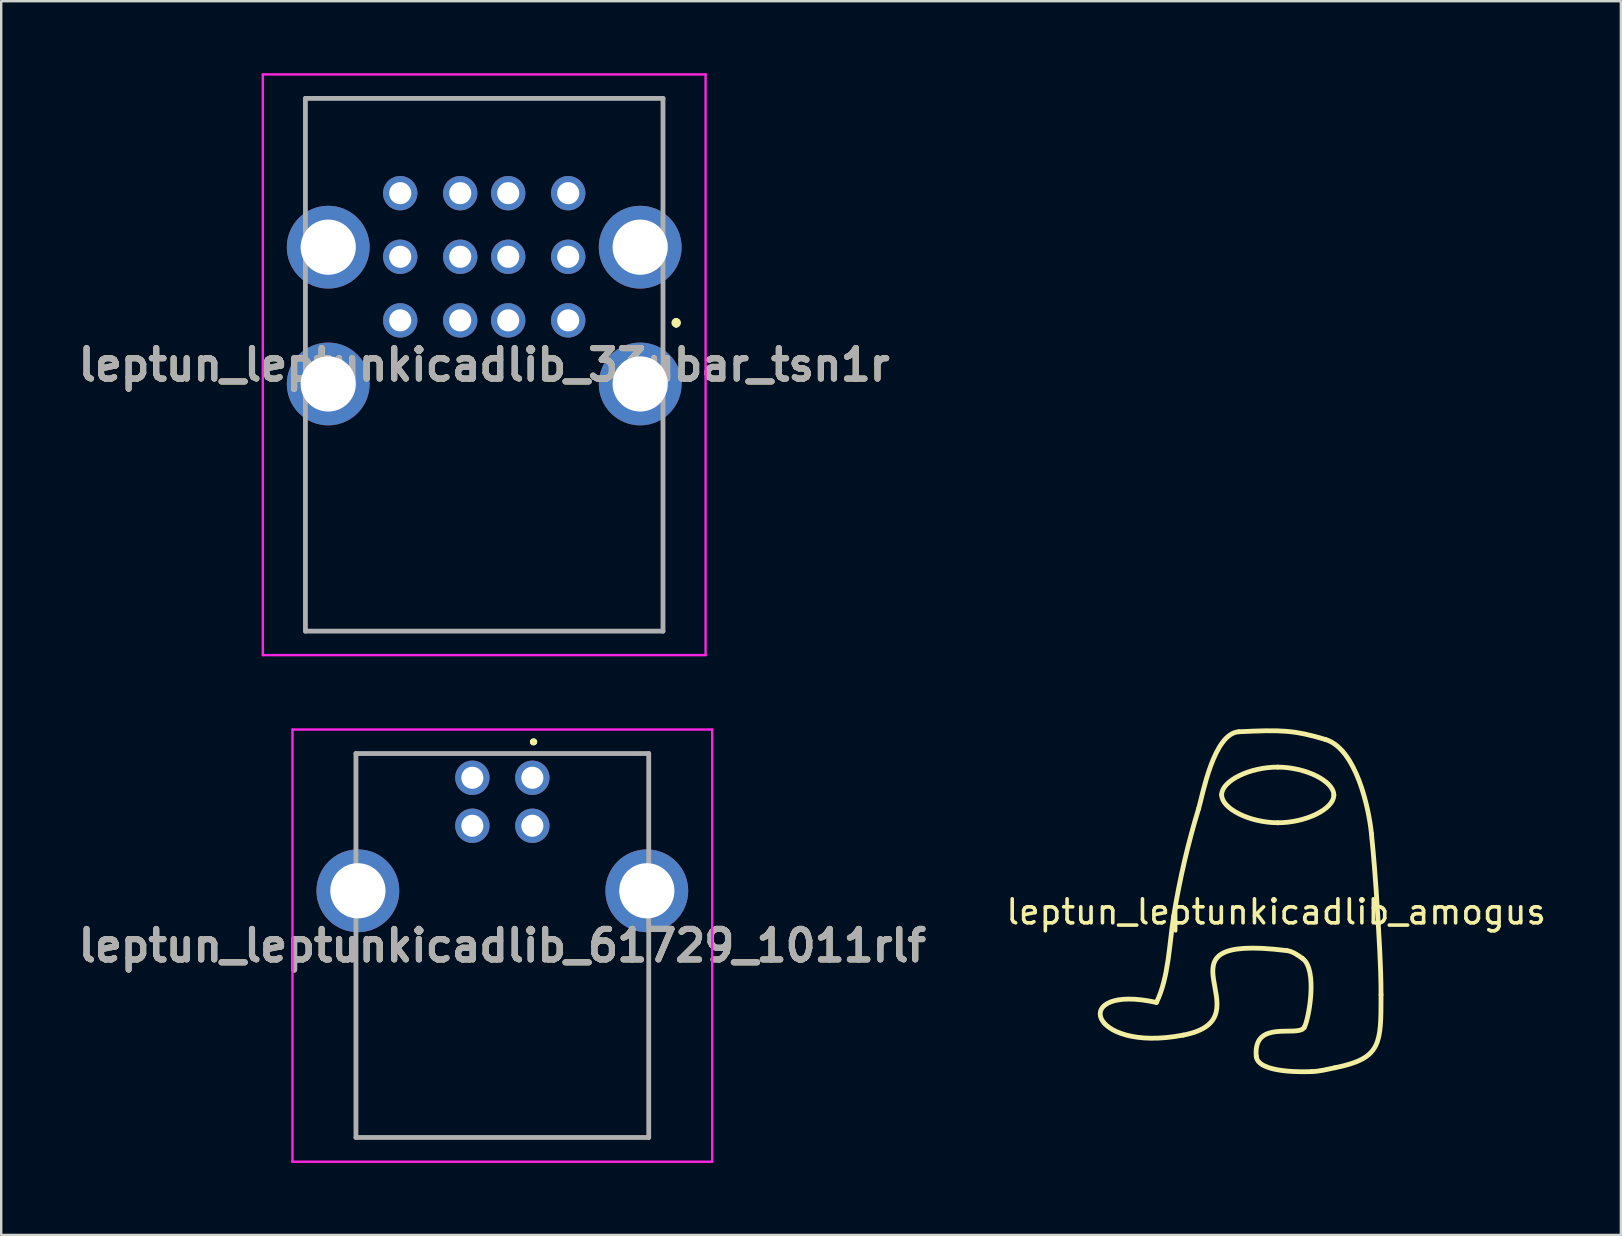
<source format=kicad_pcb>
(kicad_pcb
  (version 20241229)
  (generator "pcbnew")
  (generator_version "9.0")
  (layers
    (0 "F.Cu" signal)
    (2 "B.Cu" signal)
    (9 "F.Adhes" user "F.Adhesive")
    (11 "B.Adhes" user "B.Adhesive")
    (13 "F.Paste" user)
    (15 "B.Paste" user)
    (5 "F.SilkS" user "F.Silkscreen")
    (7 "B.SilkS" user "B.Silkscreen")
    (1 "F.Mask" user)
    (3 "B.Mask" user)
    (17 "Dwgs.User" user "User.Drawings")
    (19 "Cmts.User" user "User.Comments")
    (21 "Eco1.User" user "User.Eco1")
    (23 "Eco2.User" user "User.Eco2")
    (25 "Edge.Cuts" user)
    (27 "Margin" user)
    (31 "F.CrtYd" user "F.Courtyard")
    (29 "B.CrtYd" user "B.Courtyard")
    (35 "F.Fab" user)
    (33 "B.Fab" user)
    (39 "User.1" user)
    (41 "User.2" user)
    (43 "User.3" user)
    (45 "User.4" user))
  (footprint "leptun_leptunkicadlib_amogus"
    (layer "F.Cu")
    (at 50.129 34.449)
    (property "Reference" "leptun_leptunkicadlib_amogus" (at 0 0.5 0) (layer "F.SilkS") (effects (font (size 1 1) (thickness 0.15))))
    (attr through_hole)
    (fp_curve (pts (xy -4.991 4.274) (xy -4.479 3.252) (xy -4.452 1.8) (xy -4.271 0.674)) (stroke (width 0.2) (type solid)) (layer "F.SilkS"))
    (fp_curve (pts (xy -4.271 0.674) (xy -4.025 -0.847) (xy -3.681 -2.332) (xy -3.231 -3.806)) (stroke (width 0.2) (type solid)) (layer "F.SilkS"))
    (fp_curve (pts (xy -3.871 5.634) (xy -7.877 6.405) (xy -8.613 3.469) (xy -4.991 4.274)) (stroke (width 0.2) (type solid)) (layer "F.SilkS"))
    (fp_curve (pts (xy -3.231 -3.806) (xy -3.075 -4.314) (xy -2.616 -6.952) (xy -1.551 -7.006)) (stroke (width 0.2) (type solid)) (layer "F.SilkS"))
    (fp_curve (pts (xy -2.272 -4.382) (xy -2.27 -4.962) (xy -1.099 -5.537) (xy 0.07 -5.533)) (stroke (width 0.2) (type solid)) (layer "F.SilkS"))
    (fp_curve (pts (xy -1.551 -7.006) (xy 0.21 -7.094) (xy 0.753 -7.075) (xy 2.049 -6.686)) (stroke (width 0.2) (type solid)) (layer "F.SilkS"))
    (fp_curve (pts (xy -0.831 6.514) (xy -0.962 4.942) (xy 0.912 5.749) (xy 1.169 5.314)) (stroke (width 0.2) (type solid)) (layer "F.SilkS"))
    (fp_curve (pts (xy 0.062 -3.215) (xy -1.107 -3.219) (xy -2.274 -3.802) (xy -2.272 -4.382)) (stroke (width 0.2) (type solid)) (layer "F.SilkS"))
    (fp_curve (pts (xy 0.07 -5.533) (xy 1.239 -5.529) (xy 2.405 -4.946) (xy 2.403 -4.366)) (stroke (width 0.2) (type solid)) (layer "F.SilkS"))
    (fp_curve (pts (xy 0.449 2.114) (xy -5.607 1.357) (xy -0.208 4.93) (xy -3.871 5.634)) (stroke (width 0.2) (type solid)) (layer "F.SilkS"))
    (fp_curve (pts (xy 1.089 2.434) (xy 0.894 2.297) (xy 0.686 2.144) (xy 0.449 2.114)) (stroke (width 0.2) (type solid)) (layer "F.SilkS"))
    (fp_curve (pts (xy 1.169 5.314) (xy 1.354 5.002) (xy 1.746 2.894) (xy 1.089 2.434)) (stroke (width 0.2) (type solid)) (layer "F.SilkS"))
    (fp_curve (pts (xy 1.489 7.154) (xy 1.341 7.159) (xy -0.768 7.262) (xy -0.831 6.514)) (stroke (width 0.2) (type solid)) (layer "F.SilkS"))
    (fp_curve (pts (xy 2.049 -6.686) (xy 3.346 -6.297) (xy 3.868 -3.776) (xy 3.969 -2.766)) (stroke (width 0.2) (type solid)) (layer "F.SilkS"))
    (fp_curve (pts (xy 2.403 -4.366) (xy 2.401 -3.786) (xy 1.231 -3.211) (xy 0.062 -3.215)) (stroke (width 0.2) (type solid)) (layer "F.SilkS"))
    (fp_curve (pts (xy 2.449 6.994) (xy 2.131 7.058) (xy 1.814 7.144) (xy 1.489 7.154)) (stroke (width 0.2) (type solid)) (layer "F.SilkS"))
    (fp_curve (pts (xy 3.969 -2.766) (xy 4.071 -1.754) (xy 4.149 -0.74) (xy 4.209 0.274)) (stroke (width 0.2) (type solid)) (layer "F.SilkS"))
    (fp_curve (pts (xy 4.209 0.274) (xy 4.282 1.5) (xy 4.369 2.726) (xy 4.369 3.954)) (stroke (width 0.2) (type solid)) (layer "F.SilkS"))
    (fp_curve (pts (xy 4.369 3.954) (xy 4.369 5.99) (xy 4.387 6.607) (xy 2.449 6.994)) (stroke (width 0.2) (type solid)) (layer "F.SilkS")))
  (footprint "leptun_leptunkicadlib_33ubar_tsn1r"
    (layer "F.Cu")
    (at 20.627 10.3)
    (property "Reference" "leptun_leptunkicadlib_33ubar_tsn1r" (at -3.5 1.85 0) (layer "F.SilkS") (effects (font (size 1.27 1.27) (thickness 0.254))))
    (attr through_hole)
    (fp_line (start -10.95 -9.25) (end 3.95 -9.25) (stroke (width 0.1) (type solid)) (layer "F.SilkS"))
    (fp_line (start -10.95 -5) (end -10.95 -9.25) (stroke (width 0.1) (type solid)) (layer "F.SilkS"))
    (fp_line (start -10.95 0.5) (end -10.95 -1) (stroke (width 0.1) (type solid)) (layer "F.SilkS"))
    (fp_line (start -10.95 4.5) (end -10.95 12.95) (stroke (width 0.1) (type solid)) (layer "F.SilkS"))
    (fp_line (start -10.95 12.95) (end 3.95 12.95) (stroke (width 0.1) (type solid)) (layer "F.SilkS"))
    (fp_line (start 3.95 -9.25) (end 3.95 -5) (stroke (width 0.1) (type solid)) (layer "F.SilkS"))
    (fp_line (start 3.95 0.5) (end 3.95 -1) (stroke (width 0.1) (type solid)) (layer "F.SilkS"))
    (fp_line (start 3.95 12.95) (end 3.95 4.5) (stroke (width 0.1) (type solid)) (layer "F.SilkS"))
    (fp_line (start 4.5 0) (end 4.5 0) (stroke (width 0.2) (type solid)) (layer "F.SilkS"))
    (fp_line (start 4.5 0.2) (end 4.5 0.2) (stroke (width 0.2) (type solid)) (layer "F.SilkS"))
    (fp_arc (start 4.5 0) (mid 4.6 0.1) (end 4.5 0.2) (stroke (width 0.2) (type solid)) (layer "F.SilkS"))
    (fp_arc (start 4.5 0.2) (mid 4.4 0.1) (end 4.5 0) (stroke (width 0.2) (type solid)) (layer "F.SilkS"))
    (fp_line (start -12.725 -10.25) (end -12.725 13.95) (stroke (width 0.1) (type solid)) (layer "F.CrtYd"))
    (fp_line (start -12.725 13.95) (end 5.725 13.95) (stroke (width 0.1) (type solid)) (layer "F.CrtYd"))
    (fp_line (start 5.725 -10.25) (end -12.725 -10.25) (stroke (width 0.1) (type solid)) (layer "F.CrtYd"))
    (fp_line (start 5.725 13.95) (end 5.725 -10.25) (stroke (width 0.1) (type solid)) (layer "F.CrtYd"))
    (fp_line (start -10.95 -9.25) (end -10.95 12.95) (stroke (width 0.2) (type solid)) (layer "F.Fab"))
    (fp_line (start -10.95 12.95) (end 3.95 12.95) (stroke (width 0.2) (type solid)) (layer "F.Fab"))
    (fp_line (start 3.95 -9.25) (end -10.95 -9.25) (stroke (width 0.2) (type solid)) (layer "F.Fab"))
    (fp_line (start 3.95 12.95) (end 3.95 -9.25) (stroke (width 0.2) (type solid)) (layer "F.Fab"))
    (fp_text user "${REFERENCE}" (at -3.5 1.85 0) (layer "F.Fab") (effects (font (size 1.27 1.27) (thickness 0.254))))
    (pad "0" thru_hole circle (at -10 -3.05) (size 3.45 3.45) (drill 2.3) (layers "*.Cu" "*.Mask"))
    (pad "0" thru_hole circle (at -10 2.65) (size 3.45 3.45) (drill 2.3) (layers "*.Cu" "*.Mask"))
    (pad "0" thru_hole circle (at 3 -3.05) (size 3.45 3.45) (drill 2.3) (layers "*.Cu" "*.Mask"))
    (pad "0" thru_hole circle (at 3 2.65) (size 3.45 3.45) (drill 2.3) (layers "*.Cu" "*.Mask"))
    (pad "1" thru_hole circle (at 0 0) (size 1.431 1.431) (drill 0.92) (layers "*.Cu" "*.Mask"))
    (pad "2" thru_hole circle (at -2.5 0) (size 1.431 1.431) (drill 0.92) (layers "*.Cu" "*.Mask"))
    (pad "3" thru_hole circle (at -4.5 0) (size 1.431 1.431) (drill 0.92) (layers "*.Cu" "*.Mask"))
    (pad "4" thru_hole circle (at -7 0) (size 1.431 1.431) (drill 0.92) (layers "*.Cu" "*.Mask"))
    (pad "5" thru_hole circle (at 0 -2.65) (size 1.431 1.431) (drill 0.92) (layers "*.Cu" "*.Mask"))
    (pad "6" thru_hole circle (at -2.5 -2.65) (size 1.431 1.431) (drill 0.92) (layers "*.Cu" "*.Mask"))
    (pad "7" thru_hole circle (at -4.5 -2.65) (size 1.431 1.431) (drill 0.92) (layers "*.Cu" "*.Mask"))
    (pad "8" thru_hole circle (at -7 -2.65) (size 1.431 1.431) (drill 0.92) (layers "*.Cu" "*.Mask"))
    (pad "9" thru_hole circle (at 0 -5.3) (size 1.431 1.431) (drill 0.92) (layers "*.Cu" "*.Mask"))
    (pad "10" thru_hole circle (at -2.5 -5.3) (size 1.431 1.431) (drill 0.92) (layers "*.Cu" "*.Mask"))
    (pad "11" thru_hole circle (at -4.5 -5.3) (size 1.431 1.431) (drill 0.92) (layers "*.Cu" "*.Mask"))
    (pad "12" thru_hole circle (at -7 -5.3) (size 1.431 1.431) (drill 0.92) (layers "*.Cu" "*.Mask")))
  (footprint "leptun_leptunkicadlib_61729_1011rlf"
    (layer "F.Cu")
    (at 19.133 29.36)
    (property "Reference" "leptun_leptunkicadlib_61729_1011rlf" (at -1.25 6.995 0) (layer "F.SilkS") (effects (font (size 1.27 1.27) (thickness 0.254))))
    (fp_line (start -7.35 -1.01) (end -7.35 -1.01) (stroke (width 0.1) (type solid)) (layer "F.SilkS"))
    (fp_line (start -7.35 -1.01) (end -7.35 -1) (stroke (width 0.1) (type solid)) (layer "F.SilkS"))
    (fp_line (start -7.35 -1.01) (end -7.35 2.25) (stroke (width 0.1) (type solid)) (layer "F.SilkS"))
    (fp_line (start -7.35 -1) (end -3.5 -1) (stroke (width 0.1) (type solid)) (layer "F.SilkS"))
    (fp_line (start -7.35 2.25) (end -7.35 -1.01) (stroke (width 0.1) (type solid)) (layer "F.SilkS"))
    (fp_line (start -7.35 2.25) (end -7.35 2.25) (stroke (width 0.1) (type solid)) (layer "F.SilkS"))
    (fp_line (start -7.35 7) (end -7.35 7) (stroke (width 0.1) (type solid)) (layer "F.SilkS"))
    (fp_line (start -7.35 7) (end -7.35 15) (stroke (width 0.1) (type solid)) (layer "F.SilkS"))
    (fp_line (start -7.35 14.99) (end -7.35 14.99) (stroke (width 0.1) (type solid)) (layer "F.SilkS"))
    (fp_line (start -7.35 14.99) (end 4.85 14.99) (stroke (width 0.1) (type solid)) (layer "F.SilkS"))
    (fp_line (start -7.35 15) (end -7.35 7) (stroke (width 0.1) (type solid)) (layer "F.SilkS"))
    (fp_line (start -7.35 15) (end -7.35 15) (stroke (width 0.1) (type solid)) (layer "F.SilkS"))
    (fp_line (start -3.5 -1.01) (end -7.35 -1.01) (stroke (width 0.1) (type solid)) (layer "F.SilkS"))
    (fp_line (start -3.5 -1) (end -3.5 -1.01) (stroke (width 0.1) (type solid)) (layer "F.SilkS"))
    (fp_line (start 0 -1.5) (end 0 -1.5) (stroke (width 0.2) (type solid)) (layer "F.SilkS"))
    (fp_line (start 0 -1.5) (end 0 -1.5) (stroke (width 0.2) (type solid)) (layer "F.SilkS"))
    (fp_line (start 0.1 -1.5) (end 0.1 -1.5) (stroke (width 0.2) (type solid)) (layer "F.SilkS"))
    (fp_line (start 1 -1) (end 1 -1) (stroke (width 0.1) (type solid)) (layer "F.SilkS"))
    (fp_line (start 1 -1) (end 4.85 -1) (stroke (width 0.1) (type solid)) (layer "F.SilkS"))
    (fp_line (start 4.85 -1) (end 1 -1) (stroke (width 0.1) (type solid)) (layer "F.SilkS"))
    (fp_line (start 4.85 -1) (end 4.85 -1) (stroke (width 0.1) (type solid)) (layer "F.SilkS"))
    (fp_line (start 4.85 -1) (end 4.85 -1) (stroke (width 0.1) (type solid)) (layer "F.SilkS"))
    (fp_line (start 4.85 -1) (end 4.85 2.25) (stroke (width 0.1) (type solid)) (layer "F.SilkS"))
    (fp_line (start 4.85 2.25) (end 4.85 -1) (stroke (width 0.1) (type solid)) (layer "F.SilkS"))
    (fp_line (start 4.85 2.25) (end 4.85 2.25) (stroke (width 0.1) (type solid)) (layer "F.SilkS"))
    (fp_line (start 4.85 7) (end 4.85 7) (stroke (width 0.1) (type solid)) (layer "F.SilkS"))
    (fp_line (start 4.85 7) (end 4.85 14.99) (stroke (width 0.1) (type solid)) (layer "F.SilkS"))
    (fp_line (start 4.85 14.99) (end -7.35 14.99) (stroke (width 0.1) (type solid)) (layer "F.SilkS"))
    (fp_line (start 4.85 14.99) (end 4.85 7) (stroke (width 0.1) (type solid)) (layer "F.SilkS"))
    (fp_line (start 4.85 14.99) (end 4.85 14.99) (stroke (width 0.1) (type solid)) (layer "F.SilkS"))
    (fp_line (start 4.85 14.99) (end 4.85 14.99) (stroke (width 0.1) (type solid)) (layer "F.SilkS"))
    (fp_arc (start 0 -1.5) (mid 0.05 -1.55) (end 0.1 -1.5) (stroke (width 0.2) (type solid)) (layer "F.SilkS"))
    (fp_arc (start 0.1 -1.5) (mid 0.05 -1.45) (end 0 -1.5) (stroke (width 0.2) (type solid)) (layer "F.SilkS"))
    (fp_arc (start 0.1 -1.5) (mid 0.05 -1.45) (end 0 -1.5) (stroke (width 0.2) (type solid)) (layer "F.SilkS"))
    (fp_line (start -9.995 -2.01) (end 7.495 -2.01) (stroke (width 0.1) (type solid)) (layer "F.CrtYd"))
    (fp_line (start -9.995 16) (end -9.995 -2.01) (stroke (width 0.1) (type solid)) (layer "F.CrtYd"))
    (fp_line (start 7.495 -2.01) (end 7.495 16) (stroke (width 0.1) (type solid)) (layer "F.CrtYd"))
    (fp_line (start 7.495 16) (end -9.995 16) (stroke (width 0.1) (type solid)) (layer "F.CrtYd"))
    (fp_line (start -7.35 -1.01) (end -7.35 14.99) (stroke (width 0.2) (type solid)) (layer "F.Fab"))
    (fp_line (start -7.35 14.99) (end 4.85 14.99) (stroke (width 0.2) (type solid)) (layer "F.Fab"))
    (fp_line (start 4.85 -1.01) (end -7.35 -1.01) (stroke (width 0.2) (type solid)) (layer "F.Fab"))
    (fp_line (start 4.85 14.99) (end 4.85 -1.01) (stroke (width 0.2) (type solid)) (layer "F.Fab"))
    (fp_text user "${REFERENCE}" (at -1.25 6.995 0) (layer "F.Fab") (effects (font (size 1.27 1.27) (thickness 0.254))))
    (pad "1" thru_hole circle (at 0 0) (size 1.431 1.431) (drill 0.92) (layers "*.Cu" "*.Mask"))
    (pad "2" thru_hole circle (at -2.5 0) (size 1.431 1.431) (drill 0.92) (layers "*.Cu" "*.Mask"))
    (pad "3" thru_hole circle (at -2.5 2) (size 1.431 1.431) (drill 0.92) (layers "*.Cu" "*.Mask"))
    (pad "4" thru_hole circle (at 0 2) (size 1.431 1.431) (drill 0.92) (layers "*.Cu" "*.Mask"))
    (pad "5" thru_hole circle (at -7.27 4.71) (size 3.45 3.45) (drill 2.3) (layers "*.Cu" "*.Mask"))
    (pad "5" thru_hole circle (at 4.77 4.71) (size 3.45 3.45) (drill 2.3) (layers "*.Cu" "*.Mask")))
  (gr_rect
    (start -3 -3)
    (end 64.492 48.41)
    (stroke (width 0.1) (type default))
    (fill no)
    (layer "Edge.Cuts")))
</source>
